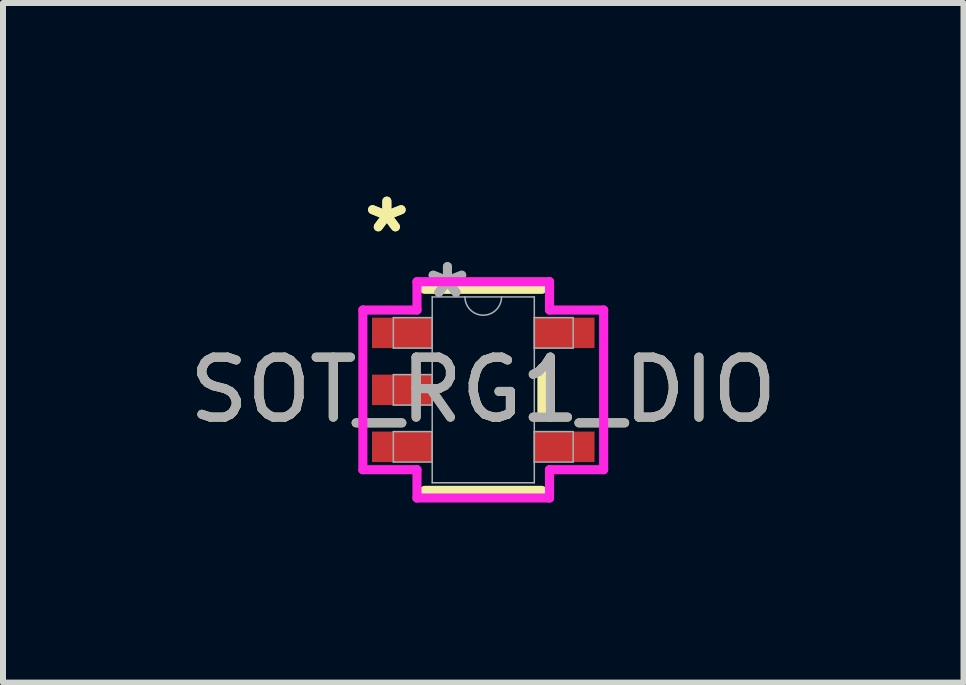
<source format=kicad_pcb>
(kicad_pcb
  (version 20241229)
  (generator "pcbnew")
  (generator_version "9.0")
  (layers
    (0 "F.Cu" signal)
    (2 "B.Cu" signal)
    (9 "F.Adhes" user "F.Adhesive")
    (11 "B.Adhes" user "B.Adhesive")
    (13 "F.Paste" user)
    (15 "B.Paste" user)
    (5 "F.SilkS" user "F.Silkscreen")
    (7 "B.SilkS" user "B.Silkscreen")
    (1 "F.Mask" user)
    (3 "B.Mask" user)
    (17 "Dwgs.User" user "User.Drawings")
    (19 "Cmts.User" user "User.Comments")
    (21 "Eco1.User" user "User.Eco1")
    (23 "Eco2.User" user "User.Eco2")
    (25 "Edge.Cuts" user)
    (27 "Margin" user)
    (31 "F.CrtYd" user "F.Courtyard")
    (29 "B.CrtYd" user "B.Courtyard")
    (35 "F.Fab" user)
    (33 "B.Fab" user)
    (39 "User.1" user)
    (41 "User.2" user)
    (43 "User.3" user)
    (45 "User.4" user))
  (footprint "SOT_RG1_DIO"
    (layer "F.Cu")
    (at 5.006 3.449)
    (property "Reference" "SOT_RG1_DIO" (at 0 0 0) (unlocked yes) (layer "F.SilkS") (effects (font (size 1 1) (thickness 0.15))))
    (attr smd)
    (fp_line (start -0.978 1.676) (end 0.978 1.676) (stroke (width 0.152) (type solid)) (layer "F.SilkS"))
    (fp_line (start 0.978 -1.676) (end -0.978 -1.676) (stroke (width 0.152) (type solid)) (layer "F.SilkS"))
    (fp_line (start 0.978 0.363) (end 0.978 -0.363) (stroke (width 0.152) (type solid)) (layer "F.SilkS"))
    (fp_line (start -2.007 -1.331) (end -1.105 -1.331) (stroke (width 0.152) (type solid)) (layer "F.CrtYd"))
    (fp_line (start -2.007 1.331) (end -2.007 -1.331) (stroke (width 0.152) (type solid)) (layer "F.CrtYd"))
    (fp_line (start -1.105 -1.803) (end 1.105 -1.803) (stroke (width 0.152) (type solid)) (layer "F.CrtYd"))
    (fp_line (start -1.105 -1.331) (end -1.105 -1.803) (stroke (width 0.152) (type solid)) (layer "F.CrtYd"))
    (fp_line (start -1.105 1.331) (end -2.007 1.331) (stroke (width 0.152) (type solid)) (layer "F.CrtYd"))
    (fp_line (start -1.105 1.803) (end -1.105 1.331) (stroke (width 0.152) (type solid)) (layer "F.CrtYd"))
    (fp_line (start 1.105 -1.803) (end 1.105 -1.331) (stroke (width 0.152) (type solid)) (layer "F.CrtYd"))
    (fp_line (start 1.105 -1.331) (end 2.007 -1.331) (stroke (width 0.152) (type solid)) (layer "F.CrtYd"))
    (fp_line (start 1.105 1.331) (end 1.105 1.803) (stroke (width 0.152) (type solid)) (layer "F.CrtYd"))
    (fp_line (start 1.105 1.803) (end -1.105 1.803) (stroke (width 0.152) (type solid)) (layer "F.CrtYd"))
    (fp_line (start 2.007 -1.331) (end 2.007 1.331) (stroke (width 0.152) (type solid)) (layer "F.CrtYd"))
    (fp_line (start 2.007 1.331) (end 1.105 1.331) (stroke (width 0.152) (type solid)) (layer "F.CrtYd"))
    (fp_line (start -1.499 -1.204) (end -1.499 -0.696) (stroke (width 0.025) (type solid)) (layer "F.Fab"))
    (fp_line (start -1.499 -0.696) (end -0.851 -0.696) (stroke (width 0.025) (type solid)) (layer "F.Fab"))
    (fp_line (start -1.499 -0.254) (end -1.499 0.254) (stroke (width 0.025) (type solid)) (layer "F.Fab"))
    (fp_line (start -1.499 0.254) (end -0.851 0.254) (stroke (width 0.025) (type solid)) (layer "F.Fab"))
    (fp_line (start -1.499 0.696) (end -1.499 1.204) (stroke (width 0.025) (type solid)) (layer "F.Fab"))
    (fp_line (start -1.499 1.204) (end -0.851 1.204) (stroke (width 0.025) (type solid)) (layer "F.Fab"))
    (fp_line (start -0.851 -1.549) (end -0.851 1.549) (stroke (width 0.025) (type solid)) (layer "F.Fab"))
    (fp_line (start -0.851 -1.204) (end -1.499 -1.204) (stroke (width 0.025) (type solid)) (layer "F.Fab"))
    (fp_line (start -0.851 -0.696) (end -0.851 -1.204) (stroke (width 0.025) (type solid)) (layer "F.Fab"))
    (fp_line (start -0.851 -0.254) (end -1.499 -0.254) (stroke (width 0.025) (type solid)) (layer "F.Fab"))
    (fp_line (start -0.851 0.254) (end -0.851 -0.254) (stroke (width 0.025) (type solid)) (layer "F.Fab"))
    (fp_line (start -0.851 0.696) (end -1.499 0.696) (stroke (width 0.025) (type solid)) (layer "F.Fab"))
    (fp_line (start -0.851 1.204) (end -0.851 0.696) (stroke (width 0.025) (type solid)) (layer "F.Fab"))
    (fp_line (start -0.851 1.549) (end 0.851 1.549) (stroke (width 0.025) (type solid)) (layer "F.Fab"))
    (fp_line (start 0.851 -1.549) (end -0.851 -1.549) (stroke (width 0.025) (type solid)) (layer "F.Fab"))
    (fp_line (start 0.851 -1.204) (end 0.851 -0.696) (stroke (width 0.025) (type solid)) (layer "F.Fab"))
    (fp_line (start 0.851 -0.696) (end 1.499 -0.696) (stroke (width 0.025) (type solid)) (layer "F.Fab"))
    (fp_line (start 0.851 0.696) (end 0.851 1.204) (stroke (width 0.025) (type solid)) (layer "F.Fab"))
    (fp_line (start 0.851 1.204) (end 1.499 1.204) (stroke (width 0.025) (type solid)) (layer "F.Fab"))
    (fp_line (start 0.851 1.549) (end 0.851 -1.549) (stroke (width 0.025) (type solid)) (layer "F.Fab"))
    (fp_line (start 1.499 -1.204) (end 0.851 -1.204) (stroke (width 0.025) (type solid)) (layer "F.Fab"))
    (fp_line (start 1.499 -0.696) (end 1.499 -1.204) (stroke (width 0.025) (type solid)) (layer "F.Fab"))
    (fp_line (start 1.499 0.696) (end 0.851 0.696) (stroke (width 0.025) (type solid)) (layer "F.Fab"))
    (fp_line (start 1.499 1.204) (end 1.499 0.696) (stroke (width 0.025) (type solid)) (layer "F.Fab"))
    (fp_arc (start 0.3048 -1.5494) (mid 0 -1.2446) (end -0.3048 -1.5494) (stroke (width 0.0254) (type solid)) (layer "F.Fab"))
    (fp_text user "*" (at -1.607 -2.601 0) (unlocked yes) (layer "F.SilkS") (effects (font (size 1 1) (thickness 0.15))))
    (fp_text user "*" (at -1.607 -2.601 0) (layer "F.SilkS") (effects (font (size 1 1) (thickness 0.15))))
    (fp_text user "*" (at -0.597 -1.509 0) (unlocked yes) (layer "F.Fab") (effects (font (size 1 1) (thickness 0.15))))
    (fp_text user "${REFERENCE}" (at 0 0 0) (unlocked yes) (layer "F.Fab") (effects (font (size 1 1) (thickness 0.15))))
    (fp_text user "*" (at -0.597 -1.509 0) (layer "F.Fab") (effects (font (size 1 1) (thickness 0.15))))
    (pad "1" smd rect (at -1.353 -0.95) (size 1.003 0.508) (layers "F.Cu" "F.Mask" "F.Paste"))
    (pad "2" smd rect (at -1.353 0) (size 1.003 0.508) (layers "F.Cu" "F.Mask" "F.Paste"))
    (pad "3" smd rect (at -1.353 0.95) (size 1.003 0.508) (layers "F.Cu" "F.Mask" "F.Paste"))
    (pad "4" smd rect (at 1.353 0.95) (size 1.003 0.508) (layers "F.Cu" "F.Mask" "F.Paste"))
    (pad "5" smd rect (at 1.353 -0.95) (size 1.003 0.508) (layers "F.Cu" "F.Mask" "F.Paste")))
  (gr_rect
    (start -3 -3)
    (end 13.012 8.329)
    (stroke (width 0.1) (type default))
    (fill no)
    (layer "Edge.Cuts")))
</source>
